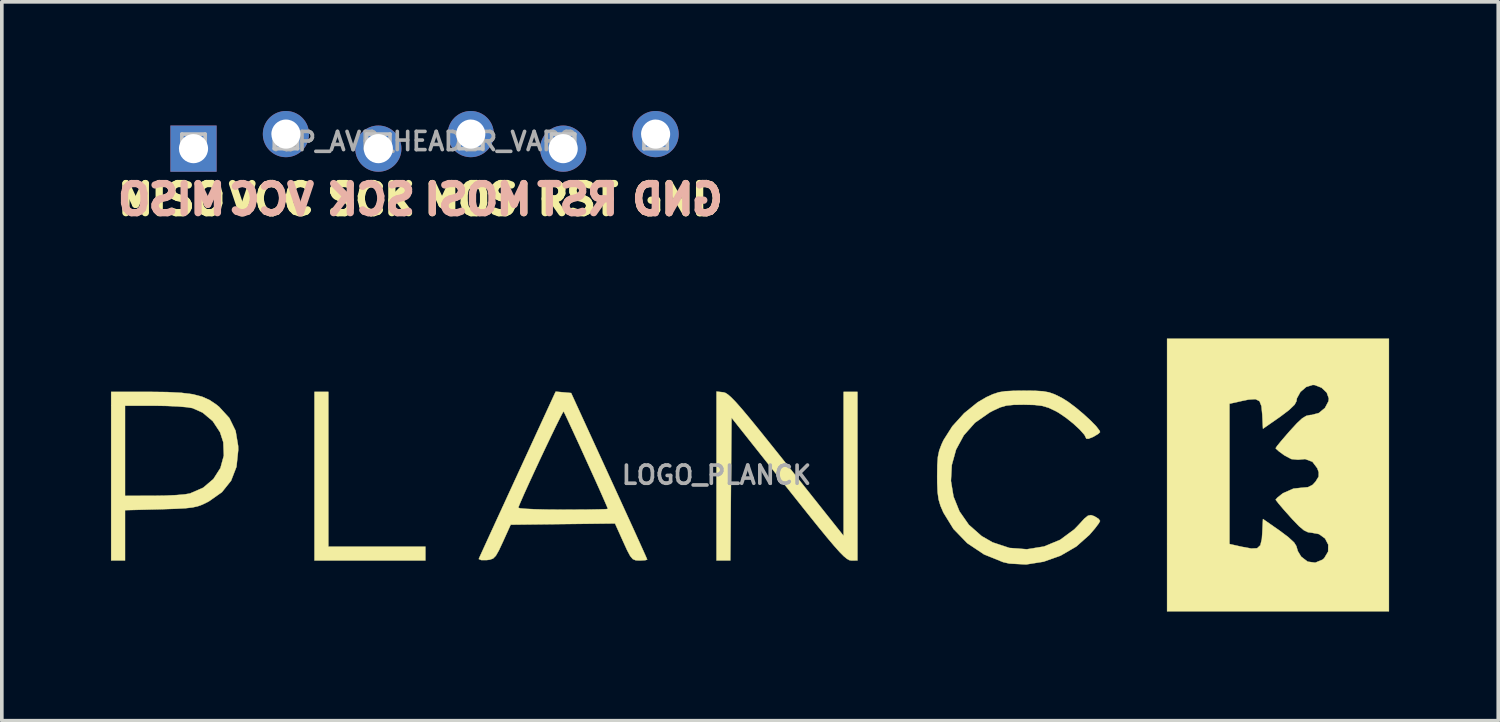
<source format=kicad_pcb>
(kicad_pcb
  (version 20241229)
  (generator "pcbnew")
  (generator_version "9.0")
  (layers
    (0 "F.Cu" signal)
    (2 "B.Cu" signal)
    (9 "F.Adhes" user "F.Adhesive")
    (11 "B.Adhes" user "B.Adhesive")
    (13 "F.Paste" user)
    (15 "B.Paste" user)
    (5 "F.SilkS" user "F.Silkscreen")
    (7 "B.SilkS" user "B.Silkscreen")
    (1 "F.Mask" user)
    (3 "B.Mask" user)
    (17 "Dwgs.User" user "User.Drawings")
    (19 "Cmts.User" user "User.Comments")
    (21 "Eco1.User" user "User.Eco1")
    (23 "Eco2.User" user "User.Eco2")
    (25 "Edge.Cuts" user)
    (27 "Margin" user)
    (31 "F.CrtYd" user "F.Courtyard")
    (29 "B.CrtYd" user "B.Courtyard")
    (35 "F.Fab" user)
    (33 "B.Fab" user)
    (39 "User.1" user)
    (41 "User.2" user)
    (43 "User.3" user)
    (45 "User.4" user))
  (footprint "ISP_AVR_HEADER_VAR2"
    (layer "F.Cu")
    (at 8.618 0.835)
    (property "Reference" "ISP_AVR_HEADER_VAR2" (at 0 0 0) (layer "F.Fab") (effects (font (size 0.5 0.5) (thickness 0.1))))
    (attr exclude_from_pos_files exclude_from_bom)
    (fp_line (start -6.67 -0.2) (end -6.03 -0.2) (stroke (width 0.1) (type solid)) (layer "Dwgs.User"))
    (fp_line (start -6.67 0.2) (end -6.67 -0.2) (stroke (width 0.1) (type solid)) (layer "Dwgs.User"))
    (fp_line (start -6.03 -0.2) (end -6.03 0.2) (stroke (width 0.1) (type solid)) (layer "Dwgs.User"))
    (fp_line (start -6.03 0.2) (end -6.67 0.2) (stroke (width 0.1) (type solid)) (layer "Dwgs.User"))
    (fp_line (start -4.13 -0.2) (end -3.49 -0.2) (stroke (width 0.1) (type solid)) (layer "Dwgs.User"))
    (fp_line (start -4.13 0.2) (end -4.13 -0.2) (stroke (width 0.1) (type solid)) (layer "Dwgs.User"))
    (fp_line (start -3.49 -0.2) (end -3.49 0.2) (stroke (width 0.1) (type solid)) (layer "Dwgs.User"))
    (fp_line (start -3.49 0.2) (end -4.13 0.2) (stroke (width 0.1) (type solid)) (layer "Dwgs.User"))
    (fp_line (start -1.59 -0.2) (end -0.95 -0.2) (stroke (width 0.1) (type solid)) (layer "Dwgs.User"))
    (fp_line (start -1.59 0.2) (end -1.59 -0.2) (stroke (width 0.1) (type solid)) (layer "Dwgs.User"))
    (fp_line (start -0.95 -0.2) (end -0.95 0.2) (stroke (width 0.1) (type solid)) (layer "Dwgs.User"))
    (fp_line (start -0.95 0.2) (end -1.59 0.2) (stroke (width 0.1) (type solid)) (layer "Dwgs.User"))
    (fp_line (start 0.95 -0.2) (end 1.59 -0.2) (stroke (width 0.1) (type solid)) (layer "Dwgs.User"))
    (fp_line (start 0.95 0.2) (end 0.95 -0.2) (stroke (width 0.1) (type solid)) (layer "Dwgs.User"))
    (fp_line (start 1.59 -0.2) (end 1.59 0.2) (stroke (width 0.1) (type solid)) (layer "Dwgs.User"))
    (fp_line (start 1.59 0.2) (end 0.95 0.2) (stroke (width 0.1) (type solid)) (layer "Dwgs.User"))
    (fp_line (start 3.49 -0.2) (end 4.13 -0.2) (stroke (width 0.1) (type solid)) (layer "Dwgs.User"))
    (fp_line (start 3.49 0.2) (end 3.49 -0.2) (stroke (width 0.1) (type solid)) (layer "Dwgs.User"))
    (fp_line (start 4.13 -0.2) (end 4.13 0.2) (stroke (width 0.1) (type solid)) (layer "Dwgs.User"))
    (fp_line (start 4.13 0.2) (end 3.49 0.2) (stroke (width 0.1) (type solid)) (layer "Dwgs.User"))
    (fp_line (start 6.03 -0.2) (end 6.67 -0.2) (stroke (width 0.1) (type solid)) (layer "Dwgs.User"))
    (fp_line (start 6.03 0.2) (end 6.03 -0.2) (stroke (width 0.1) (type solid)) (layer "Dwgs.User"))
    (fp_line (start 6.67 -0.2) (end 6.67 0.2) (stroke (width 0.1) (type solid)) (layer "Dwgs.User"))
    (fp_line (start 6.67 0.2) (end 6.03 0.2) (stroke (width 0.1) (type solid)) (layer "Dwgs.User"))
    (fp_text user "VCC" (at -4.21 1.6 0) (layer "F.SilkS") (effects (font (size 0.8 0.8) (thickness 0.2))))
    (fp_text user "MOSI" (at 1.47 1.6 0) (layer "F.SilkS") (effects (font (size 0.8 0.8) (thickness 0.2))))
    (fp_text user "SCK" (at -1.47 1.6 0) (layer "F.SilkS") (effects (font (size 0.8 0.8) (thickness 0.2))))
    (fp_text user "MISO" (at -6.95 1.6 0) (layer "F.SilkS") (effects (font (size 0.8 0.8) (thickness 0.2))))
    (fp_text user "GND" (at 6.95 1.6 0) (layer "F.SilkS") (effects (font (size 0.8 0.8) (thickness 0.2))))
    (fp_text user "RST" (at 4.21 1.6 0) (layer "F.SilkS") (effects (font (size 0.8 0.8) (thickness 0.2))))
    (fp_text user "RST" (at 4.21 1.6 0) (layer "B.SilkS") (effects (font (size 0.8 0.8) (thickness 0.2)) (justify mirror)))
    (fp_text user "GND" (at 6.95 1.6 0) (layer "B.SilkS") (effects (font (size 0.8 0.8) (thickness 0.2)) (justify mirror)))
    (fp_text user "MOSI" (at 1.47 1.6 0) (layer "B.SilkS") (effects (font (size 0.8 0.8) (thickness 0.2)) (justify mirror)))
    (fp_text user "MISO" (at -6.95 1.6 0) (layer "B.SilkS") (effects (font (size 0.8 0.8) (thickness 0.2)) (justify mirror)))
    (fp_text user "SCK" (at -1.47 1.6 0) (layer "B.SilkS") (effects (font (size 0.8 0.8) (thickness 0.2)) (justify mirror)))
    (fp_text user "VCC" (at -4.21 1.6 0) (layer "B.SilkS") (effects (font (size 0.8 0.8) (thickness 0.2)) (justify mirror)))
    (pad "1" thru_hole rect (at -6.35 0.2 90) (size 1.27 1.27) (drill 0.8) (layers "*.Cu" "*.Mask"))
    (pad "2" thru_hole circle (at -3.81 -0.2) (size 1.27 1.27) (drill 0.8) (layers "*.Cu" "*.Mask"))
    (pad "3" thru_hole circle (at -1.27 0.2 90) (size 1.27 1.27) (drill 0.8) (layers "*.Cu" "*.Mask"))
    (pad "4" thru_hole circle (at 1.27 -0.2 90) (size 1.27 1.27) (drill 0.8) (layers "*.Cu" "*.Mask"))
    (pad "5" thru_hole circle (at 3.81 0.2 90) (size 1.27 1.27) (drill 0.8) (layers "*.Cu" "*.Mask"))
    (pad "6" thru_hole circle (at 6.35 -0.2) (size 1.27 1.27) (drill 0.8) (layers "*.Cu" "*.Mask")))
  (footprint "LOGO_PLANCK"
    (layer "F.Cu")
    (at 16.642 10.005)
    (property "Reference" "LOGO_PLANCK" (at 0 0 0) (layer "F.Fab") (effects (font (size 0.5 0.5) (thickness 0.1))))
    (attr exclude_from_pos_files exclude_from_bom)
    (fp_poly (pts (xy -10.668 1.968) (xy -8.001 1.968) (xy -8.001 2.349) (xy -11.049 2.349) (xy -11.049 -2.286) (xy -10.668 -2.286) (xy -10.668 1.968)) (stroke (width 0.01) (type solid)) (fill yes) (layer "F.SilkS"))
    (fp_poly (pts (xy 0.185 -2.274) (xy 0.242 -2.258) (xy 0.312 -2.214) (xy 0.405 -2.133) (xy 0.527 -2.008) (xy 0.686 -1.828) (xy 0.891 -1.584) (xy 1.149 -1.269) (xy 1.467 -0.873) (xy 1.855 -0.388) (xy 1.932 -0.291) (xy 3.493 1.672) (xy 3.493 -2.286) (xy 3.873 -2.286) (xy 3.873 2.349) (xy 3.699 2.348) (xy 3.646 2.338) (xy 3.582 2.301) (xy 3.496 2.23) (xy 3.383 2.116) (xy 3.234 1.949) (xy 3.041 1.721) (xy 2.796 1.422) (xy 2.492 1.044) (xy 2.121 0.578) (xy 1.968 0.386) (xy 0.413 -1.574) (xy 0.396 0.388) (xy 0.379 2.349) (xy 0 2.349) (xy 0 -2.294) (xy 0.185 -2.274)) (stroke (width 0.01) (type solid)) (fill yes) (layer "F.SilkS"))
    (fp_poly (pts (xy -15.099 -2.28) (xy -14.702 -2.259) (xy -14.39 -2.219) (xy -14.141 -2.154) (xy -13.933 -2.061) (xy -13.745 -1.935) (xy -13.671 -1.875) (xy -13.389 -1.567) (xy -13.217 -1.215) (xy -13.147 -0.798) (xy -13.145 -0.686) (xy -13.193 -0.227) (xy -13.341 0.156) (xy -13.593 0.471) (xy -13.955 0.726) (xy -13.994 0.746) (xy -14.129 0.812) (xy -14.257 0.859) (xy -14.404 0.891) (xy -14.596 0.913) (xy -14.858 0.927) (xy -15.218 0.939) (xy -15.288 0.941) (xy -16.256 0.966) (xy -16.256 2.349) (xy -16.637 2.349) (xy -16.637 0.572) (xy -16.256 0.572) (xy -15.478 0.571) (xy -15.152 0.566) (xy -14.852 0.552) (xy -14.611 0.531) (xy -14.471 0.507) (xy -14.109 0.349) (xy -13.827 0.109) (xy -13.634 -0.193) (xy -13.54 -0.536) (xy -13.555 -0.9) (xy -13.645 -1.177) (xy -13.845 -1.481) (xy -14.123 -1.715) (xy -14.401 -1.839) (xy -14.556 -1.864) (xy -14.803 -1.885) (xy -15.11 -1.899) (xy -15.442 -1.905) (xy -15.446 -1.905) (xy -16.256 -1.905) (xy -16.256 0.572) (xy -16.637 0.572) (xy -16.637 -2.286) (xy -15.601 -2.286) (xy -15.099 -2.28)) (stroke (width 0.01) (type solid)) (fill yes) (layer "F.SilkS"))
    (fp_poly (pts (xy -4.208 -2.273) (xy -3.996 -2.254) (xy -2.951 0.023) (xy -2.721 0.524) (xy -2.509 0.988) (xy -2.319 1.403) (xy -2.159 1.755) (xy -2.033 2.034) (xy -1.947 2.226) (xy -1.907 2.318) (xy -1.905 2.325) (xy -1.961 2.341) (xy -2.097 2.349) (xy -2.118 2.349) (xy -2.223 2.343) (xy -2.301 2.31) (xy -2.372 2.226) (xy -2.456 2.069) (xy -2.561 1.84) (xy -2.79 1.331) (xy -5.657 1.365) (xy -5.873 1.841) (xy -5.983 2.076) (xy -6.065 2.219) (xy -6.141 2.295) (xy -6.233 2.327) (xy -6.322 2.338) (xy -6.466 2.337) (xy -6.532 2.31) (xy -6.531 2.3) (xy -6.501 2.231) (xy -6.423 2.06) (xy -6.303 1.798) (xy -6.148 1.46) (xy -5.963 1.057) (xy -5.889 0.898) (xy -5.45 0.898) (xy -5.397 0.915) (xy -5.235 0.929) (xy -4.984 0.941) (xy -4.662 0.949) (xy -4.288 0.952) (xy -4.228 0.953) (xy -3.846 0.951) (xy -3.512 0.949) (xy -3.244 0.944) (xy -3.063 0.939) (xy -2.986 0.932) (xy -2.985 0.931) (xy -3.01 0.867) (xy -3.079 0.708) (xy -3.183 0.472) (xy -3.313 0.182) (xy -3.461 -0.144) (xy -3.616 -0.485) (xy -3.769 -0.822) (xy -3.913 -1.134) (xy -4.037 -1.402) (xy -4.132 -1.606) (xy -4.19 -1.725) (xy -4.203 -1.748) (xy -4.234 -1.7) (xy -4.309 -1.555) (xy -4.419 -1.334) (xy -4.554 -1.054) (xy -4.706 -0.736) (xy -4.865 -0.399) (xy -5.022 -0.061) (xy -5.169 0.258) (xy -5.296 0.538) (xy -5.394 0.762) (xy -5.45 0.898) (xy -5.889 0.898) (xy -5.754 0.603) (xy -5.527 0.11) (xy -5.465 -0.025) (xy -4.421 -2.292) (xy -4.208 -2.273)) (stroke (width 0.01) (type solid)) (fill yes) (layer "F.SilkS"))
    (fp_poly (pts (xy 8.753 -2.315) (xy 8.972 -2.302) (xy 9.138 -2.272) (xy 9.291 -2.218) (xy 9.466 -2.132) (xy 9.493 -2.118) (xy 9.663 -2.012) (xy 9.867 -1.859) (xy 10.08 -1.681) (xy 10.277 -1.501) (xy 10.434 -1.34) (xy 10.526 -1.22) (xy 10.541 -1.18) (xy 10.491 -1.131) (xy 10.368 -1.057) (xy 10.351 -1.048) (xy 10.224 -0.997) (xy 10.161 -1) (xy 10.16 -1.007) (xy 10.112 -1.104) (xy 9.984 -1.248) (xy 9.805 -1.414) (xy 9.6 -1.577) (xy 9.398 -1.714) (xy 9.321 -1.757) (xy 9.128 -1.848) (xy 8.949 -1.901) (xy 8.738 -1.926) (xy 8.447 -1.933) (xy 8.445 -1.933) (xy 8.166 -1.929) (xy 7.965 -1.908) (xy 7.794 -1.859) (xy 7.605 -1.771) (xy 7.506 -1.719) (xy 7.103 -1.437) (xy 6.796 -1.091) (xy 6.583 -0.698) (xy 6.466 -0.275) (xy 6.442 0.161) (xy 6.513 0.591) (xy 6.677 0.999) (xy 6.934 1.367) (xy 7.285 1.677) (xy 7.586 1.85) (xy 8.051 2.004) (xy 8.53 2.04) (xy 9.001 1.964) (xy 9.443 1.781) (xy 9.833 1.493) (xy 9.957 1.364) (xy 10.107 1.2) (xy 10.208 1.118) (xy 10.291 1.101) (xy 10.383 1.132) (xy 10.499 1.204) (xy 10.541 1.262) (xy 10.501 1.335) (xy 10.397 1.472) (xy 10.251 1.642) (xy 10.25 1.643) (xy 9.887 1.965) (xy 9.457 2.215) (xy 8.988 2.382) (xy 8.508 2.458) (xy 8.047 2.433) (xy 7.874 2.393) (xy 7.351 2.181) (xy 6.891 1.873) (xy 6.512 1.482) (xy 6.236 1.033) (xy 6.154 0.843) (xy 6.103 0.67) (xy 6.076 0.473) (xy 6.065 0.212) (xy 6.064 0.032) (xy 6.068 -0.277) (xy 6.084 -0.498) (xy 6.12 -0.672) (xy 6.183 -0.839) (xy 6.239 -0.96) (xy 6.479 -1.338) (xy 6.804 -1.697) (xy 7.174 -1.997) (xy 7.422 -2.143) (xy 7.599 -2.223) (xy 7.758 -2.275) (xy 7.937 -2.303) (xy 8.174 -2.315) (xy 8.445 -2.318) (xy 8.753 -2.315)) (stroke (width 0.01) (type solid)) (fill yes) (layer "F.SilkS"))
    (fp_poly (pts (xy 18.479 3.747) (xy 12.383 3.747) (xy 12.383 -1.959) (xy 14.097 -1.959) (xy 14.097 1.896) (xy 14.441 1.973) (xy 14.697 2.02) (xy 14.858 2.012) (xy 14.946 1.93) (xy 14.987 1.76) (xy 14.999 1.592) (xy 15.018 1.209) (xy 15.478 1.53) (xy 15.715 1.708) (xy 15.874 1.855) (xy 15.938 1.957) (xy 15.938 1.964) (xy 15.976 2.092) (xy 16.067 2.242) (xy 16.07 2.246) (xy 16.247 2.381) (xy 16.454 2.409) (xy 16.653 2.327) (xy 16.701 2.286) (xy 16.809 2.104) (xy 16.812 1.913) (xy 16.724 1.743) (xy 16.559 1.624) (xy 16.367 1.587) (xy 16.254 1.572) (xy 16.143 1.518) (xy 16.008 1.405) (xy 15.826 1.216) (xy 15.764 1.147) (xy 15.591 0.953) (xy 15.456 0.795) (xy 15.379 0.696) (xy 15.367 0.676) (xy 15.414 0.622) (xy 15.53 0.529) (xy 15.57 0.499) (xy 15.854 0.374) (xy 16.055 0.352) (xy 16.254 0.334) (xy 16.383 0.269) (xy 16.465 0.179) (xy 16.548 0.043) (xy 16.55 -0.077) (xy 16.511 -0.187) (xy 16.378 -0.364) (xy 16.177 -0.439) (xy 15.982 -0.421) (xy 15.797 -0.439) (xy 15.601 -0.544) (xy 15.46 -0.647) (xy 15.377 -0.722) (xy 15.367 -0.738) (xy 15.406 -0.798) (xy 15.512 -0.928) (xy 15.666 -1.108) (xy 15.757 -1.212) (xy 15.953 -1.425) (xy 16.095 -1.557) (xy 16.208 -1.626) (xy 16.318 -1.65) (xy 16.356 -1.651) (xy 16.554 -1.705) (xy 16.721 -1.843) (xy 16.818 -2.026) (xy 16.828 -2.104) (xy 16.771 -2.264) (xy 16.63 -2.399) (xy 16.445 -2.472) (xy 16.388 -2.477) (xy 16.207 -2.421) (xy 16.047 -2.284) (xy 15.95 -2.107) (xy 15.938 -2.028) (xy 15.886 -1.932) (xy 15.737 -1.789) (xy 15.507 -1.614) (xy 15.478 -1.593) (xy 15.018 -1.273) (xy 14.999 -1.656) (xy 14.976 -1.894) (xy 14.922 -2.031) (xy 14.811 -2.086) (xy 14.62 -2.073) (xy 14.441 -2.036) (xy 14.097 -1.959) (xy 12.383 -1.959) (xy 12.383 -3.747) (xy 18.479 -3.747) (xy 18.479 3.747)) (stroke (width 0.01) (type solid)) (fill yes) (layer "F.SilkS")))
  (gr_rect
    (start -3 -3)
    (end 38.126 16.757)
    (stroke (width 0.1) (type default))
    (fill no)
    (layer "Edge.Cuts")))
</source>
